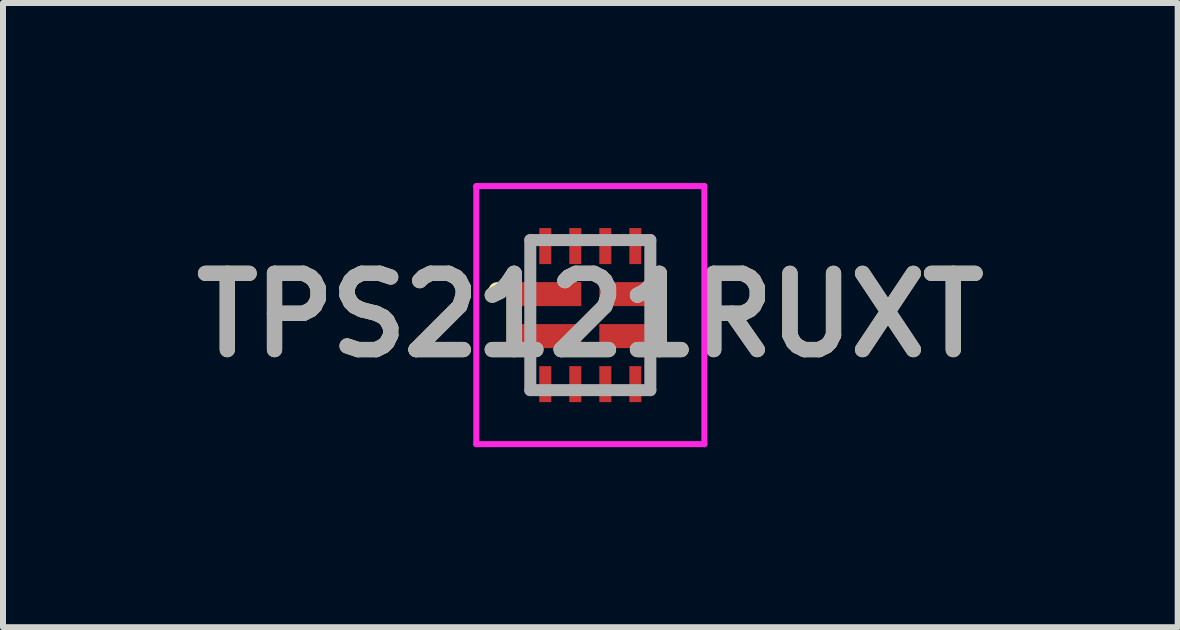
<source format=kicad_pcb>
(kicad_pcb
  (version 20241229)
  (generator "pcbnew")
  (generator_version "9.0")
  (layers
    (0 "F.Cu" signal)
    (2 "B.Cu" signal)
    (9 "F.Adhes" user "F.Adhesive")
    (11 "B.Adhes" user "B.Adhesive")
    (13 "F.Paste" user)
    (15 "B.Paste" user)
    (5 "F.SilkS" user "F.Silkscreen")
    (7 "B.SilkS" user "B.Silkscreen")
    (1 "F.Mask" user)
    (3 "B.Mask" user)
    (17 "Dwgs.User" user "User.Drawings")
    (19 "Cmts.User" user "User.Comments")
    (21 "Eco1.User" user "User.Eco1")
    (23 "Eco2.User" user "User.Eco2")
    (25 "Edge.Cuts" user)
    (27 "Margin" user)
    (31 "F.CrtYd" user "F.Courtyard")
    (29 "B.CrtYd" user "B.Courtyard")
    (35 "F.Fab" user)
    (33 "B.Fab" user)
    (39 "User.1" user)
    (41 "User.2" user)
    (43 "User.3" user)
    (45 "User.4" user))
  (footprint "TPS2121RUXT"
    (layer "F.Cu")
    (at 6.785 2.2)
    (property "Reference" "TPS2121RUXT" (at 0 0 0) (layer "F.SilkS") (effects (font (size 1.27 1.27) (thickness 0.254))))
    (attr smd)
    (fp_line (start -1.6 -0.4) (end -1.6 -0.4) (stroke (width 0.2) (type solid)) (layer "F.SilkS"))
    (fp_line (start -1.5 -0.4) (end -1.5 -0.4) (stroke (width 0.2) (type solid)) (layer "F.SilkS"))
    (fp_arc (start -1.6 -0.4) (mid -1.55 -0.45) (end -1.5 -0.4) (stroke (width 0.2) (type solid)) (layer "F.SilkS"))
    (fp_arc (start -1.5 -0.4) (mid -1.55 -0.35) (end -1.6 -0.4) (stroke (width 0.2) (type solid)) (layer "F.SilkS"))
    (fp_line (start -1.9 -2.15) (end 1.9 -2.15) (stroke (width 0.1) (type solid)) (layer "F.CrtYd"))
    (fp_line (start -1.9 2.15) (end -1.9 -2.15) (stroke (width 0.1) (type solid)) (layer "F.CrtYd"))
    (fp_line (start 1.9 -2.15) (end 1.9 2.15) (stroke (width 0.1) (type solid)) (layer "F.CrtYd"))
    (fp_line (start 1.9 2.15) (end -1.9 2.15) (stroke (width 0.1) (type solid)) (layer "F.CrtYd"))
    (fp_line (start -1 -1.25) (end 1 -1.25) (stroke (width 0.2) (type solid)) (layer "F.Fab"))
    (fp_line (start -1 1.25) (end -1 -1.25) (stroke (width 0.2) (type solid)) (layer "F.Fab"))
    (fp_line (start 1 -1.25) (end 1 1.25) (stroke (width 0.2) (type solid)) (layer "F.Fab"))
    (fp_line (start 1 1.25) (end -1 1.25) (stroke (width 0.2) (type solid)) (layer "F.Fab"))
    (fp_text user "${REFERENCE}" (at 0 0 0) (layer "F.Fab") (effects (font (size 1.27 1.27) (thickness 0.254))))
    (pad "1" smd rect (at -0.675 -0.35 90) (size 0.4 1.05) (layers "F.Cu" "F.Mask" "F.Paste"))
    (pad "2" smd rect (at -0.675 0.35 90) (size 0.4 1.05) (layers "F.Cu" "F.Mask" "F.Paste"))
    (pad "3" smd rect (at -0.75 1.15) (size 0.2 0.6) (layers "F.Cu" "F.Mask" "F.Paste"))
    (pad "4" smd rect (at -0.25 1.15) (size 0.2 0.6) (layers "F.Cu" "F.Mask" "F.Paste"))
    (pad "5" smd rect (at 0.25 1.15) (size 0.2 0.6) (layers "F.Cu" "F.Mask" "F.Paste"))
    (pad "6" smd rect (at 0.75 1.15) (size 0.2 0.6) (layers "F.Cu" "F.Mask" "F.Paste"))
    (pad "7" smd rect (at 0.675 0.35 90) (size 0.4 1.05) (layers "F.Cu" "F.Mask" "F.Paste"))
    (pad "8" smd rect (at 0.675 -0.35 90) (size 0.4 1.05) (layers "F.Cu" "F.Mask" "F.Paste"))
    (pad "9" smd rect (at 0.75 -1.15) (size 0.2 0.6) (layers "F.Cu" "F.Mask" "F.Paste"))
    (pad "10" smd rect (at 0.25 -1.15) (size 0.2 0.6) (layers "F.Cu" "F.Mask" "F.Paste"))
    (pad "11" smd rect (at -0.25 -1.15) (size 0.2 0.6) (layers "F.Cu" "F.Mask" "F.Paste"))
    (pad "12" smd rect (at -0.75 -1.15) (size 0.2 0.6) (layers "F.Cu" "F.Mask" "F.Paste")))
  (gr_rect
    (start -3 -3)
    (end 16.571 7.4)
    (stroke (width 0.1) (type default))
    (fill no)
    (layer "Edge.Cuts")))
</source>
